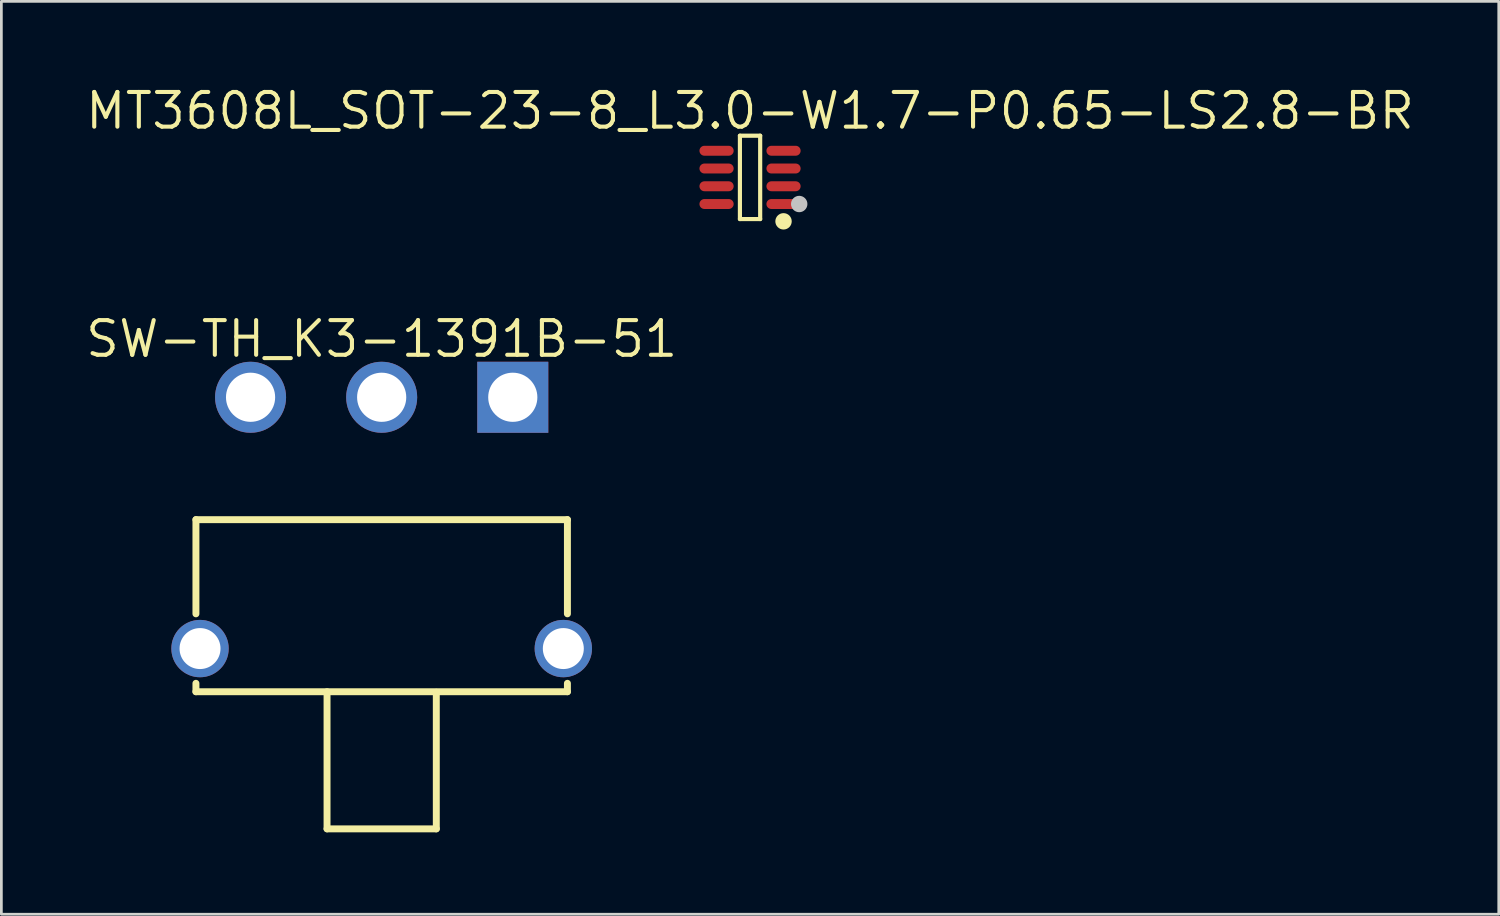
<source format=kicad_pcb>
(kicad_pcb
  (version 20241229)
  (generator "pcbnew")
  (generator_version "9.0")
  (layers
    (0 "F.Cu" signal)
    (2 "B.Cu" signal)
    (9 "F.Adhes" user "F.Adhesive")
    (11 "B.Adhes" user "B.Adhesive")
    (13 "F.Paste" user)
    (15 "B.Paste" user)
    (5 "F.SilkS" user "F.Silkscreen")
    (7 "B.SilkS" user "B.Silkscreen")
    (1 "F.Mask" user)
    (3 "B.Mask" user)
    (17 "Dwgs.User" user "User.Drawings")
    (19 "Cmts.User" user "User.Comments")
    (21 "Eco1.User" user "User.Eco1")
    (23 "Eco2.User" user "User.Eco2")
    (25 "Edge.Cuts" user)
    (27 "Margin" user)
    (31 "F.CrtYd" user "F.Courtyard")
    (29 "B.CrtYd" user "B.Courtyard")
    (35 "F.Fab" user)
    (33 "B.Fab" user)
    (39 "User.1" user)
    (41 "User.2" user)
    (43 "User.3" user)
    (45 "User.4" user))
  (footprint "MT3608L_SOT-23-8_L3.0-W1.7-P0.65-LS2.8-BR"
    (layer "F.Cu")
    (at 24.409 3.444)
    (property "Reference" "MT3608L_SOT-23-8_L3.0-W1.7-P0.65-LS2.8-BR" (at 0 -2.437 0) (layer "F.SilkS") (effects (font (size 1.27 1.27) (thickness 0.15))))
    (fp_line (start -0.371 -1.526) (end 0.371 -1.526) (stroke (width 0.152) (type default)) (layer "F.SilkS"))
    (fp_line (start -0.371 1.526) (end -0.371 -1.526) (stroke (width 0.152) (type default)) (layer "F.SilkS"))
    (fp_line (start 0.371 -1.526) (end 0.371 1.526) (stroke (width 0.152) (type default)) (layer "F.SilkS"))
    (fp_line (start 0.371 1.526) (end -0.371 1.526) (stroke (width 0.152) (type default)) (layer "F.SilkS"))
    (fp_circle (center 1.226 1.609) (end 1.376 1.609) (stroke (width 0.3) (type default)) (fill no) (layer "F.SilkS"))
    (fp_circle (center 1.8 0.975) (end 1.95 0.975) (stroke (width 0.3) (type default)) (fill no) (layer "Dwgs.User"))
    (fp_circle (center 1.4 1.45) (end 1.43 1.45) (stroke (width 0.06) (type default)) (fill no) (layer "User.5"))
    (pad "1" smd oval (at 1.226 0.975) (size 1.252 0.364) (layers "F.Cu" "F.Mask" "F.Paste"))
    (pad "2" smd oval (at 1.226 0.325) (size 1.252 0.364) (layers "F.Cu" "F.Mask" "F.Paste"))
    (pad "3" smd oval (at 1.226 -0.325) (size 1.252 0.364) (layers "F.Cu" "F.Mask" "F.Paste"))
    (pad "4" smd oval (at 1.226 -0.975) (size 1.252 0.364) (layers "F.Cu" "F.Mask" "F.Paste"))
    (pad "5" smd oval (at -1.226 -0.975) (size 1.252 0.364) (layers "F.Cu" "F.Mask" "F.Paste"))
    (pad "6" smd oval (at -1.226 -0.325) (size 1.252 0.364) (layers "F.Cu" "F.Mask" "F.Paste"))
    (pad "7" smd oval (at -1.226 0.325) (size 1.252 0.364) (layers "F.Cu" "F.Mask" "F.Paste"))
    (pad "8" smd oval (at -1.226 0.975) (size 1.252 0.364) (layers "F.Cu" "F.Mask" "F.Paste"))
    (zone (net_name "") (layer "User.3") (hatch edge 0.5) (priority 100) (connect_pads yes) (min_thickness 0) (filled_areas_thickness no) (fill yes) (polygon (pts (xy 25.209 4.894) (xy 23.609 4.894) (xy 23.609 1.994) (xy 25.209 1.994))) (filled_polygon (layer "User.3") (island) (pts (xy 25.209 4.894) (xy 23.609 4.894) (xy 23.609 1.994) (xy 25.209 1.994))))
    (zone (net_name "") (layer "User.4") (hatch edge 0.5) (priority 100) (connect_pads yes) (min_thickness 0) (filled_areas_thickness no) (fill yes) (polygon (pts (xy 23.009 2.619) (xy 23.459 2.619) (xy 23.459 2.319) (xy 23.009 2.319))) (filled_polygon (layer "User.4") (island) (pts (xy 23.009 2.619) (xy 23.459 2.619) (xy 23.459 2.319) (xy 23.009 2.319))))
    (zone (net_name "") (layer "User.4") (hatch edge 0.5) (priority 100) (connect_pads yes) (min_thickness 0) (filled_areas_thickness no) (fill yes) (polygon (pts (xy 23.009 3.269) (xy 23.459 3.269) (xy 23.459 2.969) (xy 23.009 2.969))) (filled_polygon (layer "User.4") (island) (pts (xy 23.009 3.269) (xy 23.459 3.269) (xy 23.459 2.969) (xy 23.009 2.969))))
    (zone (net_name "") (layer "User.4") (hatch edge 0.5) (priority 100) (connect_pads yes) (min_thickness 0) (filled_areas_thickness no) (fill yes) (polygon (pts (xy 23.009 3.919) (xy 23.459 3.919) (xy 23.459 3.619) (xy 23.009 3.619))) (filled_polygon (layer "User.4") (island) (pts (xy 23.009 3.919) (xy 23.459 3.919) (xy 23.459 3.619) (xy 23.009 3.619))))
    (zone (net_name "") (layer "User.4") (hatch edge 0.5) (priority 100) (connect_pads yes) (min_thickness 0) (filled_areas_thickness no) (fill yes) (polygon (pts (xy 23.009 4.569) (xy 23.459 4.569) (xy 23.459 4.269) (xy 23.009 4.269))) (filled_polygon (layer "User.4") (island) (pts (xy 23.009 4.569) (xy 23.459 4.569) (xy 23.459 4.269) (xy 23.009 4.269))))
    (zone (net_name "") (layer "User.4") (hatch edge 0.5) (priority 100) (connect_pads) (min_thickness 0) (filled_areas_thickness no) (keepout (tracks allowed) (vias allowed) (pads allowed) (copperpour not_allowed) (footprints allowed)) (placement (enabled no)) (fill) (polygon (pts (xy 23.449 2.619) (xy 23.619 2.619) (xy 23.619 2.319) (xy 23.449 2.319))))
    (zone (net_name "") (layer "User.4") (hatch edge 0.5) (priority 100) (connect_pads) (min_thickness 0) (filled_areas_thickness no) (keepout (tracks allowed) (vias allowed) (pads allowed) (copperpour not_allowed) (footprints allowed)) (placement (enabled no)) (fill) (polygon (pts (xy 23.449 3.269) (xy 23.619 3.269) (xy 23.619 2.969) (xy 23.449 2.969))))
    (zone (net_name "") (layer "User.4") (hatch edge 0.5) (priority 100) (connect_pads) (min_thickness 0) (filled_areas_thickness no) (keepout (tracks allowed) (vias allowed) (pads allowed) (copperpour not_allowed) (footprints allowed)) (placement (enabled no)) (fill) (polygon (pts (xy 23.449 3.919) (xy 23.619 3.919) (xy 23.619 3.619) (xy 23.449 3.619))))
    (zone (net_name "") (layer "User.4") (hatch edge 0.5) (priority 100) (connect_pads) (min_thickness 0) (filled_areas_thickness no) (keepout (tracks allowed) (vias allowed) (pads allowed) (copperpour not_allowed) (footprints allowed)) (placement (enabled no)) (fill) (polygon (pts (xy 23.449 4.569) (xy 23.619 4.569) (xy 23.619 4.269) (xy 23.449 4.269))))
    (zone (net_name "") (layer "User.4") (hatch edge 0.5) (priority 100) (connect_pads) (min_thickness 0) (filled_areas_thickness no) (keepout (tracks allowed) (vias allowed) (pads allowed) (copperpour not_allowed) (footprints allowed)) (placement (enabled no)) (fill) (polygon (pts (xy 25.369 2.619) (xy 25.199 2.619) (xy 25.199 2.319) (xy 25.369 2.319))))
    (zone (net_name "") (layer "User.4") (hatch edge 0.5) (priority 100) (connect_pads) (min_thickness 0) (filled_areas_thickness no) (keepout (tracks allowed) (vias allowed) (pads allowed) (copperpour not_allowed) (footprints allowed)) (placement (enabled no)) (fill) (polygon (pts (xy 25.369 3.269) (xy 25.199 3.269) (xy 25.199 2.969) (xy 25.369 2.969))))
    (zone (net_name "") (layer "User.4") (hatch edge 0.5) (priority 100) (connect_pads) (min_thickness 0) (filled_areas_thickness no) (keepout (tracks allowed) (vias allowed) (pads allowed) (copperpour not_allowed) (footprints allowed)) (placement (enabled no)) (fill) (polygon (pts (xy 25.369 3.919) (xy 25.199 3.919) (xy 25.199 3.619) (xy 25.369 3.619))))
    (zone (net_name "") (layer "User.4") (hatch edge 0.5) (priority 100) (connect_pads) (min_thickness 0) (filled_areas_thickness no) (keepout (tracks allowed) (vias allowed) (pads allowed) (copperpour not_allowed) (footprints allowed)) (placement (enabled no)) (fill) (polygon (pts (xy 25.369 4.569) (xy 25.199 4.569) (xy 25.199 4.269) (xy 25.369 4.269))))
    (zone (net_name "") (layer "User.4") (hatch edge 0.5) (priority 100) (connect_pads yes) (min_thickness 0) (filled_areas_thickness no) (fill yes) (polygon (pts (xy 25.809 2.619) (xy 25.359 2.619) (xy 25.359 2.319) (xy 25.809 2.319))) (filled_polygon (layer "User.4") (island) (pts (xy 25.809 2.619) (xy 25.359 2.619) (xy 25.359 2.319) (xy 25.809 2.319))))
    (zone (net_name "") (layer "User.4") (hatch edge 0.5) (priority 100) (connect_pads yes) (min_thickness 0) (filled_areas_thickness no) (fill yes) (polygon (pts (xy 25.809 3.269) (xy 25.359 3.269) (xy 25.359 2.969) (xy 25.809 2.969))) (filled_polygon (layer "User.4") (island) (pts (xy 25.809 3.269) (xy 25.359 3.269) (xy 25.359 2.969) (xy 25.809 2.969))))
    (zone (net_name "") (layer "User.4") (hatch edge 0.5) (priority 100) (connect_pads yes) (min_thickness 0) (filled_areas_thickness no) (fill yes) (polygon (pts (xy 25.809 3.919) (xy 25.359 3.919) (xy 25.359 3.619) (xy 25.809 3.619))) (filled_polygon (layer "User.4") (island) (pts (xy 25.809 3.919) (xy 25.359 3.919) (xy 25.359 3.619) (xy 25.809 3.619))))
    (zone (net_name "") (layer "User.4") (hatch edge 0.5) (priority 100) (connect_pads yes) (min_thickness 0) (filled_areas_thickness no) (fill yes) (polygon (pts (xy 25.809 4.569) (xy 25.359 4.569) (xy 25.359 4.269) (xy 25.809 4.269))) (filled_polygon (layer "User.4") (island) (pts (xy 25.809 4.569) (xy 25.359 4.569) (xy 25.359 4.269) (xy 25.809 4.269)))))
  (footprint "SW-TH_K3-1391B-51"
    (layer "F.Cu")
    (at 10.923 16.094)
    (property "Reference" "SW-TH_K3-1391B-51" (at 0 -6.735 0) (layer "F.SilkS") (effects (font (size 1.27 1.27) (thickness 0.15))))
    (fp_line (start -6.8 3.328) (end -6.8 -0.12) (stroke (width 0.254) (type default)) (layer "F.SilkS"))
    (fp_line (start -6.8 6.18) (end -6.8 5.872) (stroke (width 0.254) (type default)) (layer "F.SilkS"))
    (fp_line (start -2 11.2) (end -2 6.18) (stroke (width 0.254) (type default)) (layer "F.SilkS"))
    (fp_line (start 2 11.2) (end -2 11.2) (stroke (width 0.254) (type default)) (layer "F.SilkS"))
    (fp_line (start 2 11.2) (end 2 6.2) (stroke (width 0.254) (type default)) (layer "F.SilkS"))
    (fp_line (start 6.8 -0.12) (end -6.8 -0.12) (stroke (width 0.254) (type default)) (layer "F.SilkS"))
    (fp_line (start 6.8 3.328) (end 6.8 -0.12) (stroke (width 0.254) (type default)) (layer "F.SilkS"))
    (fp_line (start 6.8 6.18) (end -6.8 6.18) (stroke (width 0.254) (type default)) (layer "F.SilkS"))
    (fp_line (start 6.8 6.18) (end 6.8 5.872) (stroke (width 0.254) (type default)) (layer "F.SilkS"))
    (fp_circle (center 6.75 -5.25) (end 6.78 -5.25) (stroke (width 0.06) (type default)) (fill no) (layer "User.5"))
    (pad "1" thru_hole rect (at 4.8 -4.6 180) (size 2.6 2.6) (drill 1.8) (layers "*.Cu" "*.Mask"))
    (pad "2" thru_hole oval (at -0.0001 -4.6 180) (size 2.6 2.6) (drill 1.8) (layers "*.Cu" "*.Mask"))
    (pad "3" thru_hole oval (at -4.8 -4.6 180) (size 2.6 2.6) (drill 1.8) (layers "*.Cu" "*.Mask"))
    (pad "4" thru_hole oval (at -6.65 4.6 180) (size 2.1 2.1) (drill 1.5) (layers "*.Cu" "*.Mask"))
    (pad "4" thru_hole oval (at 6.65 4.6 180) (size 2.1 2.1) (drill 1.5) (layers "*.Cu" "*.Mask"))
    (zone (net_name "") (layer "Dwgs.User") (hatch edge 0.5) (priority 100) (connect_pads yes) (min_thickness 0) (filled_areas_thickness no) (fill yes) (polygon (pts (xy 8.923 27.294) (xy 12.923 27.294) (xy 12.923 22.294) (xy 8.923 22.294))) (filled_polygon (layer "Dwgs.User") (island) (pts (xy 8.923 27.294) (xy 12.923 27.294) (xy 12.923 22.294) (xy 8.923 22.294))))
    (zone (net_name "") (layer "User.3") (hatch edge 0.5) (priority 100) (connect_pads yes) (min_thickness 0) (filled_areas_thickness no) (fill yes) (polygon (pts (xy 17.673 22.294) (xy 17.673 15.994) (xy 4.173 15.994) (xy 4.173 22.294) (xy 8.923 22.294) (xy 8.923 27.294) (xy 12.923 27.294) (xy 12.923 22.294))) (filled_polygon (layer "User.3") (island) (pts (xy 17.673 22.294) (xy 17.673 15.994) (xy 4.173 15.994) (xy 4.173 22.294) (xy 8.923 22.294) (xy 8.923 27.294) (xy 12.923 27.294) (xy 12.923 22.294))))
    (zone (net_name "") (layer "User.4") (hatch edge 0.5) (priority 100) (connect_pads yes) (min_thickness 0) (filled_areas_thickness no) (fill yes) (polygon (pts (xy 4.373 21.319) (xy 4.173 21.319) (xy 4.173 20.069) (xy 4.373 20.069))) (filled_polygon (layer "User.4") (island) (pts (xy 4.373 21.319) (xy 4.173 21.319) (xy 4.173 20.069) (xy 4.373 20.069))))
    (zone (net_name "") (layer "User.4") (hatch edge 0.5) (priority 100) (connect_pads) (min_thickness 0) (filled_areas_thickness no) (keepout (tracks allowed) (vias allowed) (pads allowed) (copperpour not_allowed) (footprints allowed)) (placement (enabled no)) (fill) (polygon (pts (xy 5.723 10.844) (xy 6.523 10.844) (xy 6.523 16.044) (xy 5.723 16.044))))
    (zone (net_name "") (layer "User.4") (hatch edge 0.5) (priority 100) (connect_pads yes) (min_thickness 0) (filled_areas_thickness no) (fill yes) (polygon (pts (xy 6.523 12.144) (xy 5.723 12.144) (xy 5.723 10.844) (xy 6.523 10.844))) (filled_polygon (layer "User.4") (island) (pts (xy 6.523 12.144) (xy 5.723 12.144) (xy 5.723 10.844) (xy 6.523 10.844))))
    (zone (net_name "") (layer "User.4") (hatch edge 0.5) (priority 100) (connect_pads) (min_thickness 0) (filled_areas_thickness no) (keepout (tracks allowed) (vias allowed) (pads allowed) (copperpour not_allowed) (footprints allowed)) (placement (enabled no)) (fill) (polygon (pts (xy 10.523 10.844) (xy 11.323 10.844) (xy 11.323 16.044) (xy 10.523 16.044))))
    (zone (net_name "") (layer "User.4") (hatch edge 0.5) (priority 100) (connect_pads yes) (min_thickness 0) (filled_areas_thickness no) (fill yes) (polygon (pts (xy 11.323 12.144) (xy 10.523 12.144) (xy 10.523 10.844) (xy 11.323 10.844))) (filled_polygon (layer "User.4") (island) (pts (xy 11.323 12.144) (xy 10.523 12.144) (xy 10.523 10.844) (xy 11.323 10.844))))
    (zone (net_name "") (layer "User.4") (hatch edge 0.5) (priority 100) (connect_pads) (min_thickness 0) (filled_areas_thickness no) (keepout (tracks allowed) (vias allowed) (pads allowed) (copperpour not_allowed) (footprints allowed)) (placement (enabled no)) (fill) (polygon (pts (xy 15.323 10.844) (xy 16.123 10.844) (xy 16.123 16.044) (xy 15.323 16.044))))
    (zone (net_name "") (layer "User.4") (hatch edge 0.5) (priority 100) (connect_pads yes) (min_thickness 0) (filled_areas_thickness no) (fill yes) (polygon (pts (xy 16.123 10.844) (xy 16.123 12.144) (xy 15.323 12.144) (xy 15.323 10.844))) (filled_polygon (layer "User.4") (island) (pts (xy 16.123 10.844) (xy 16.123 12.144) (xy 15.323 12.144) (xy 15.323 10.844))))
    (zone (net_name "") (layer "User.4") (hatch edge 0.5) (priority 100) (connect_pads yes) (min_thickness 0) (filled_areas_thickness no) (fill yes) (polygon (pts (xy 17.673 21.319) (xy 17.473 21.319) (xy 17.473 20.069) (xy 17.673 20.069))) (filled_polygon (layer "User.4") (island) (pts (xy 17.673 21.319) (xy 17.473 21.319) (xy 17.473 20.069) (xy 17.673 20.069)))))
  (gr_rect
    (start -3 -3)
    (end 51.819 30.421)
    (stroke (width 0.1) (type default))
    (fill no)
    (layer "Edge.Cuts")))
</source>
